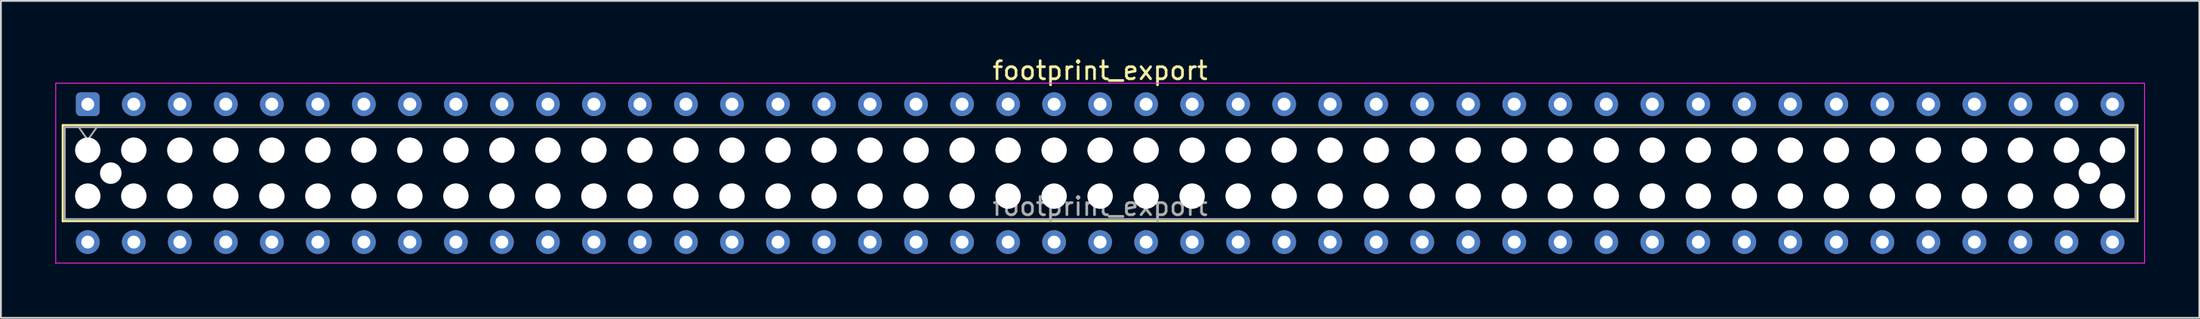
<source format=kicad_pcb>
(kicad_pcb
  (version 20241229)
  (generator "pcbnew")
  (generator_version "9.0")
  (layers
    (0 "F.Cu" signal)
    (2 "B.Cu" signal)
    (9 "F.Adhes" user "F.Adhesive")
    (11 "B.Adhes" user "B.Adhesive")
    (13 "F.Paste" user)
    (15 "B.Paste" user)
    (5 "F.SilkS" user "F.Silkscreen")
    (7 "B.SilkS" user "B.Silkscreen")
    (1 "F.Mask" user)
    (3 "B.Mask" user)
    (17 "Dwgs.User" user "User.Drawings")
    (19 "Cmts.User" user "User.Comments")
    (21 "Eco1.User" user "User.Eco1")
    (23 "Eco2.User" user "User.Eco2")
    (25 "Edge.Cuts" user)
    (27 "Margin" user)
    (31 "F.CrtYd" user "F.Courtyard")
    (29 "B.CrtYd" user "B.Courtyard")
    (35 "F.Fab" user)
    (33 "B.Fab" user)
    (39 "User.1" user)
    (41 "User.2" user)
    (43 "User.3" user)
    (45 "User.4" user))
  (footprint "footprint_export"
    (layer "F.Cu")
    (at 1.795 2.708)
    (property "Reference" "footprint_export" (at 55.88 -1.86 0) (layer "F.SilkS") (effects (font (size 1 1) (thickness 0.15))))
    (attr through_hole)
    (fp_line (start -1.38 1.16) (end 113.14 1.16) (stroke (width 0.12) (type solid)) (layer "F.SilkS"))
    (fp_line (start -1.38 6.46) (end -1.38 1.16) (stroke (width 0.12) (type solid)) (layer "F.SilkS"))
    (fp_line (start 113.14 1.16) (end 113.14 6.46) (stroke (width 0.12) (type solid)) (layer "F.SilkS"))
    (fp_line (start 113.14 6.46) (end -1.38 6.46) (stroke (width 0.12) (type solid)) (layer "F.SilkS"))
    (fp_line (start -1.77 -1.16) (end 113.53 -1.16) (stroke (width 0.05) (type solid)) (layer "F.CrtYd"))
    (fp_line (start -1.77 8.78) (end -1.77 -1.16) (stroke (width 0.05) (type solid)) (layer "F.CrtYd"))
    (fp_line (start 113.53 -1.16) (end 113.53 8.78) (stroke (width 0.05) (type solid)) (layer "F.CrtYd"))
    (fp_line (start 113.53 8.78) (end -1.77 8.78) (stroke (width 0.05) (type solid)) (layer "F.CrtYd"))
    (fp_line (start -1.27 1.27) (end 113.03 1.27) (stroke (width 0.1) (type solid)) (layer "F.Fab"))
    (fp_line (start -1.27 6.35) (end -1.27 1.27) (stroke (width 0.1) (type solid)) (layer "F.Fab"))
    (fp_line (start -0.5 1.27) (end 0 1.977) (stroke (width 0.1) (type solid)) (layer "F.Fab"))
    (fp_line (start 0 1.977) (end 0.5 1.27) (stroke (width 0.1) (type solid)) (layer "F.Fab"))
    (fp_line (start 113.03 1.27) (end 113.03 6.35) (stroke (width 0.1) (type solid)) (layer "F.Fab"))
    (fp_line (start 113.03 6.35) (end -1.27 6.35) (stroke (width 0.1) (type solid)) (layer "F.Fab"))
    (fp_text user "${REFERENCE}" (at 55.88 5.65 0) (layer "F.Fab") (effects (font (size 1 1) (thickness 0.15))))
    (pad "" np_thru_hole circle (at 0 2.54) (size 1.4 1.4) (drill 1.4) (layers "*.Cu" "*.Mask"))
    (pad "" np_thru_hole circle (at 0 5.08) (size 1.4 1.4) (drill 1.4) (layers "*.Cu" "*.Mask"))
    (pad "" np_thru_hole circle (at 1.27 3.81) (size 1.19 1.19) (drill 1.19) (layers "*.Cu" "*.Mask"))
    (pad "" np_thru_hole circle (at 2.54 2.54) (size 1.4 1.4) (drill 1.4) (layers "*.Cu" "*.Mask"))
    (pad "" np_thru_hole circle (at 2.54 5.08) (size 1.4 1.4) (drill 1.4) (layers "*.Cu" "*.Mask"))
    (pad "" np_thru_hole circle (at 5.08 2.54) (size 1.4 1.4) (drill 1.4) (layers "*.Cu" "*.Mask"))
    (pad "" np_thru_hole circle (at 5.08 5.08) (size 1.4 1.4) (drill 1.4) (layers "*.Cu" "*.Mask"))
    (pad "" np_thru_hole circle (at 7.62 2.54) (size 1.4 1.4) (drill 1.4) (layers "*.Cu" "*.Mask"))
    (pad "" np_thru_hole circle (at 7.62 5.08) (size 1.4 1.4) (drill 1.4) (layers "*.Cu" "*.Mask"))
    (pad "" np_thru_hole circle (at 10.16 2.54) (size 1.4 1.4) (drill 1.4) (layers "*.Cu" "*.Mask"))
    (pad "" np_thru_hole circle (at 10.16 5.08) (size 1.4 1.4) (drill 1.4) (layers "*.Cu" "*.Mask"))
    (pad "" np_thru_hole circle (at 12.7 2.54) (size 1.4 1.4) (drill 1.4) (layers "*.Cu" "*.Mask"))
    (pad "" np_thru_hole circle (at 12.7 5.08) (size 1.4 1.4) (drill 1.4) (layers "*.Cu" "*.Mask"))
    (pad "" np_thru_hole circle (at 15.24 2.54) (size 1.4 1.4) (drill 1.4) (layers "*.Cu" "*.Mask"))
    (pad "" np_thru_hole circle (at 15.24 5.08) (size 1.4 1.4) (drill 1.4) (layers "*.Cu" "*.Mask"))
    (pad "" np_thru_hole circle (at 17.78 2.54) (size 1.4 1.4) (drill 1.4) (layers "*.Cu" "*.Mask"))
    (pad "" np_thru_hole circle (at 17.78 5.08) (size 1.4 1.4) (drill 1.4) (layers "*.Cu" "*.Mask"))
    (pad "" np_thru_hole circle (at 20.32 2.54) (size 1.4 1.4) (drill 1.4) (layers "*.Cu" "*.Mask"))
    (pad "" np_thru_hole circle (at 20.32 5.08) (size 1.4 1.4) (drill 1.4) (layers "*.Cu" "*.Mask"))
    (pad "" np_thru_hole circle (at 22.86 2.54) (size 1.4 1.4) (drill 1.4) (layers "*.Cu" "*.Mask"))
    (pad "" np_thru_hole circle (at 22.86 5.08) (size 1.4 1.4) (drill 1.4) (layers "*.Cu" "*.Mask"))
    (pad "" np_thru_hole circle (at 25.4 2.54) (size 1.4 1.4) (drill 1.4) (layers "*.Cu" "*.Mask"))
    (pad "" np_thru_hole circle (at 25.4 5.08) (size 1.4 1.4) (drill 1.4) (layers "*.Cu" "*.Mask"))
    (pad "" np_thru_hole circle (at 27.94 2.54) (size 1.4 1.4) (drill 1.4) (layers "*.Cu" "*.Mask"))
    (pad "" np_thru_hole circle (at 27.94 5.08) (size 1.4 1.4) (drill 1.4) (layers "*.Cu" "*.Mask"))
    (pad "" np_thru_hole circle (at 30.48 2.54) (size 1.4 1.4) (drill 1.4) (layers "*.Cu" "*.Mask"))
    (pad "" np_thru_hole circle (at 30.48 5.08) (size 1.4 1.4) (drill 1.4) (layers "*.Cu" "*.Mask"))
    (pad "" np_thru_hole circle (at 33.02 2.54) (size 1.4 1.4) (drill 1.4) (layers "*.Cu" "*.Mask"))
    (pad "" np_thru_hole circle (at 33.02 5.08) (size 1.4 1.4) (drill 1.4) (layers "*.Cu" "*.Mask"))
    (pad "" np_thru_hole circle (at 35.56 2.54) (size 1.4 1.4) (drill 1.4) (layers "*.Cu" "*.Mask"))
    (pad "" np_thru_hole circle (at 35.56 5.08) (size 1.4 1.4) (drill 1.4) (layers "*.Cu" "*.Mask"))
    (pad "" np_thru_hole circle (at 38.1 2.54) (size 1.4 1.4) (drill 1.4) (layers "*.Cu" "*.Mask"))
    (pad "" np_thru_hole circle (at 38.1 5.08) (size 1.4 1.4) (drill 1.4) (layers "*.Cu" "*.Mask"))
    (pad "" np_thru_hole circle (at 40.64 2.54) (size 1.4 1.4) (drill 1.4) (layers "*.Cu" "*.Mask"))
    (pad "" np_thru_hole circle (at 40.64 5.08) (size 1.4 1.4) (drill 1.4) (layers "*.Cu" "*.Mask"))
    (pad "" np_thru_hole circle (at 43.18 2.54) (size 1.4 1.4) (drill 1.4) (layers "*.Cu" "*.Mask"))
    (pad "" np_thru_hole circle (at 43.18 5.08) (size 1.4 1.4) (drill 1.4) (layers "*.Cu" "*.Mask"))
    (pad "" np_thru_hole circle (at 45.72 2.54) (size 1.4 1.4) (drill 1.4) (layers "*.Cu" "*.Mask"))
    (pad "" np_thru_hole circle (at 45.72 5.08) (size 1.4 1.4) (drill 1.4) (layers "*.Cu" "*.Mask"))
    (pad "" np_thru_hole circle (at 48.26 2.54) (size 1.4 1.4) (drill 1.4) (layers "*.Cu" "*.Mask"))
    (pad "" np_thru_hole circle (at 48.26 5.08) (size 1.4 1.4) (drill 1.4) (layers "*.Cu" "*.Mask"))
    (pad "" np_thru_hole circle (at 50.8 2.54) (size 1.4 1.4) (drill 1.4) (layers "*.Cu" "*.Mask"))
    (pad "" np_thru_hole circle (at 50.8 5.08) (size 1.4 1.4) (drill 1.4) (layers "*.Cu" "*.Mask"))
    (pad "" np_thru_hole circle (at 53.34 2.54) (size 1.4 1.4) (drill 1.4) (layers "*.Cu" "*.Mask"))
    (pad "" np_thru_hole circle (at 53.34 5.08) (size 1.4 1.4) (drill 1.4) (layers "*.Cu" "*.Mask"))
    (pad "" np_thru_hole circle (at 55.88 2.54) (size 1.4 1.4) (drill 1.4) (layers "*.Cu" "*.Mask"))
    (pad "" np_thru_hole circle (at 55.88 5.08) (size 1.4 1.4) (drill 1.4) (layers "*.Cu" "*.Mask"))
    (pad "" np_thru_hole circle (at 58.42 2.54) (size 1.4 1.4) (drill 1.4) (layers "*.Cu" "*.Mask"))
    (pad "" np_thru_hole circle (at 58.42 5.08) (size 1.4 1.4) (drill 1.4) (layers "*.Cu" "*.Mask"))
    (pad "" np_thru_hole circle (at 60.96 2.54) (size 1.4 1.4) (drill 1.4) (layers "*.Cu" "*.Mask"))
    (pad "" np_thru_hole circle (at 60.96 5.08) (size 1.4 1.4) (drill 1.4) (layers "*.Cu" "*.Mask"))
    (pad "" np_thru_hole circle (at 63.5 2.54) (size 1.4 1.4) (drill 1.4) (layers "*.Cu" "*.Mask"))
    (pad "" np_thru_hole circle (at 63.5 5.08) (size 1.4 1.4) (drill 1.4) (layers "*.Cu" "*.Mask"))
    (pad "" np_thru_hole circle (at 66.04 2.54) (size 1.4 1.4) (drill 1.4) (layers "*.Cu" "*.Mask"))
    (pad "" np_thru_hole circle (at 66.04 5.08) (size 1.4 1.4) (drill 1.4) (layers "*.Cu" "*.Mask"))
    (pad "" np_thru_hole circle (at 68.58 2.54) (size 1.4 1.4) (drill 1.4) (layers "*.Cu" "*.Mask"))
    (pad "" np_thru_hole circle (at 68.58 5.08) (size 1.4 1.4) (drill 1.4) (layers "*.Cu" "*.Mask"))
    (pad "" np_thru_hole circle (at 71.12 2.54) (size 1.4 1.4) (drill 1.4) (layers "*.Cu" "*.Mask"))
    (pad "" np_thru_hole circle (at 71.12 5.08) (size 1.4 1.4) (drill 1.4) (layers "*.Cu" "*.Mask"))
    (pad "" np_thru_hole circle (at 73.66 2.54) (size 1.4 1.4) (drill 1.4) (layers "*.Cu" "*.Mask"))
    (pad "" np_thru_hole circle (at 73.66 5.08) (size 1.4 1.4) (drill 1.4) (layers "*.Cu" "*.Mask"))
    (pad "" np_thru_hole circle (at 76.2 2.54) (size 1.4 1.4) (drill 1.4) (layers "*.Cu" "*.Mask"))
    (pad "" np_thru_hole circle (at 76.2 5.08) (size 1.4 1.4) (drill 1.4) (layers "*.Cu" "*.Mask"))
    (pad "" np_thru_hole circle (at 78.74 2.54) (size 1.4 1.4) (drill 1.4) (layers "*.Cu" "*.Mask"))
    (pad "" np_thru_hole circle (at 78.74 5.08) (size 1.4 1.4) (drill 1.4) (layers "*.Cu" "*.Mask"))
    (pad "" np_thru_hole circle (at 81.28 2.54) (size 1.4 1.4) (drill 1.4) (layers "*.Cu" "*.Mask"))
    (pad "" np_thru_hole circle (at 81.28 5.08) (size 1.4 1.4) (drill 1.4) (layers "*.Cu" "*.Mask"))
    (pad "" np_thru_hole circle (at 83.82 2.54) (size 1.4 1.4) (drill 1.4) (layers "*.Cu" "*.Mask"))
    (pad "" np_thru_hole circle (at 83.82 5.08) (size 1.4 1.4) (drill 1.4) (layers "*.Cu" "*.Mask"))
    (pad "" np_thru_hole circle (at 86.36 2.54) (size 1.4 1.4) (drill 1.4) (layers "*.Cu" "*.Mask"))
    (pad "" np_thru_hole circle (at 86.36 5.08) (size 1.4 1.4) (drill 1.4) (layers "*.Cu" "*.Mask"))
    (pad "" np_thru_hole circle (at 88.9 2.54) (size 1.4 1.4) (drill 1.4) (layers "*.Cu" "*.Mask"))
    (pad "" np_thru_hole circle (at 88.9 5.08) (size 1.4 1.4) (drill 1.4) (layers "*.Cu" "*.Mask"))
    (pad "" np_thru_hole circle (at 91.44 2.54) (size 1.4 1.4) (drill 1.4) (layers "*.Cu" "*.Mask"))
    (pad "" np_thru_hole circle (at 91.44 5.08) (size 1.4 1.4) (drill 1.4) (layers "*.Cu" "*.Mask"))
    (pad "" np_thru_hole circle (at 93.98 2.54) (size 1.4 1.4) (drill 1.4) (layers "*.Cu" "*.Mask"))
    (pad "" np_thru_hole circle (at 93.98 5.08) (size 1.4 1.4) (drill 1.4) (layers "*.Cu" "*.Mask"))
    (pad "" np_thru_hole circle (at 96.52 2.54) (size 1.4 1.4) (drill 1.4) (layers "*.Cu" "*.Mask"))
    (pad "" np_thru_hole circle (at 96.52 5.08) (size 1.4 1.4) (drill 1.4) (layers "*.Cu" "*.Mask"))
    (pad "" np_thru_hole circle (at 99.06 2.54) (size 1.4 1.4) (drill 1.4) (layers "*.Cu" "*.Mask"))
    (pad "" np_thru_hole circle (at 99.06 5.08) (size 1.4 1.4) (drill 1.4) (layers "*.Cu" "*.Mask"))
    (pad "" np_thru_hole circle (at 101.6 2.54) (size 1.4 1.4) (drill 1.4) (layers "*.Cu" "*.Mask"))
    (pad "" np_thru_hole circle (at 101.6 5.08) (size 1.4 1.4) (drill 1.4) (layers "*.Cu" "*.Mask"))
    (pad "" np_thru_hole circle (at 104.14 2.54) (size 1.4 1.4) (drill 1.4) (layers "*.Cu" "*.Mask"))
    (pad "" np_thru_hole circle (at 104.14 5.08) (size 1.4 1.4) (drill 1.4) (layers "*.Cu" "*.Mask"))
    (pad "" np_thru_hole circle (at 106.68 2.54) (size 1.4 1.4) (drill 1.4) (layers "*.Cu" "*.Mask"))
    (pad "" np_thru_hole circle (at 106.68 5.08) (size 1.4 1.4) (drill 1.4) (layers "*.Cu" "*.Mask"))
    (pad "" np_thru_hole circle (at 109.22 2.54) (size 1.4 1.4) (drill 1.4) (layers "*.Cu" "*.Mask"))
    (pad "" np_thru_hole circle (at 109.22 5.08) (size 1.4 1.4) (drill 1.4) (layers "*.Cu" "*.Mask"))
    (pad "" np_thru_hole circle (at 110.49 3.81) (size 1.19 1.19) (drill 1.19) (layers "*.Cu" "*.Mask"))
    (pad "" np_thru_hole circle (at 111.76 2.54) (size 1.4 1.4) (drill 1.4) (layers "*.Cu" "*.Mask"))
    (pad "" np_thru_hole circle (at 111.76 5.08) (size 1.4 1.4) (drill 1.4) (layers "*.Cu" "*.Mask"))
    (pad "1" thru_hole roundrect (at 0 0) (size 1.31 1.31) (drill 0.71) (layers "*.Cu" "*.Mask") (roundrect_rratio 0.191))
    (pad "2" thru_hole circle (at 0 7.62) (size 1.31 1.31) (drill 0.71) (layers "*.Cu" "*.Mask"))
    (pad "3" thru_hole circle (at 2.54 0) (size 1.31 1.31) (drill 0.71) (layers "*.Cu" "*.Mask"))
    (pad "4" thru_hole circle (at 2.54 7.62) (size 1.31 1.31) (drill 0.71) (layers "*.Cu" "*.Mask"))
    (pad "5" thru_hole circle (at 5.08 0) (size 1.31 1.31) (drill 0.71) (layers "*.Cu" "*.Mask"))
    (pad "6" thru_hole circle (at 5.08 7.62) (size 1.31 1.31) (drill 0.71) (layers "*.Cu" "*.Mask"))
    (pad "7" thru_hole circle (at 7.62 0) (size 1.31 1.31) (drill 0.71) (layers "*.Cu" "*.Mask"))
    (pad "8" thru_hole circle (at 7.62 7.62) (size 1.31 1.31) (drill 0.71) (layers "*.Cu" "*.Mask"))
    (pad "9" thru_hole circle (at 10.16 0) (size 1.31 1.31) (drill 0.71) (layers "*.Cu" "*.Mask"))
    (pad "10" thru_hole circle (at 10.16 7.62) (size 1.31 1.31) (drill 0.71) (layers "*.Cu" "*.Mask"))
    (pad "11" thru_hole circle (at 12.7 0) (size 1.31 1.31) (drill 0.71) (layers "*.Cu" "*.Mask"))
    (pad "12" thru_hole circle (at 12.7 7.62) (size 1.31 1.31) (drill 0.71) (layers "*.Cu" "*.Mask"))
    (pad "13" thru_hole circle (at 15.24 0) (size 1.31 1.31) (drill 0.71) (layers "*.Cu" "*.Mask"))
    (pad "14" thru_hole circle (at 15.24 7.62) (size 1.31 1.31) (drill 0.71) (layers "*.Cu" "*.Mask"))
    (pad "15" thru_hole circle (at 17.78 0) (size 1.31 1.31) (drill 0.71) (layers "*.Cu" "*.Mask"))
    (pad "16" thru_hole circle (at 17.78 7.62) (size 1.31 1.31) (drill 0.71) (layers "*.Cu" "*.Mask"))
    (pad "17" thru_hole circle (at 20.32 0) (size 1.31 1.31) (drill 0.71) (layers "*.Cu" "*.Mask"))
    (pad "18" thru_hole circle (at 20.32 7.62) (size 1.31 1.31) (drill 0.71) (layers "*.Cu" "*.Mask"))
    (pad "19" thru_hole circle (at 22.86 0) (size 1.31 1.31) (drill 0.71) (layers "*.Cu" "*.Mask"))
    (pad "20" thru_hole circle (at 22.86 7.62) (size 1.31 1.31) (drill 0.71) (layers "*.Cu" "*.Mask"))
    (pad "21" thru_hole circle (at 25.4 0) (size 1.31 1.31) (drill 0.71) (layers "*.Cu" "*.Mask"))
    (pad "22" thru_hole circle (at 25.4 7.62) (size 1.31 1.31) (drill 0.71) (layers "*.Cu" "*.Mask"))
    (pad "23" thru_hole circle (at 27.94 0) (size 1.31 1.31) (drill 0.71) (layers "*.Cu" "*.Mask"))
    (pad "24" thru_hole circle (at 27.94 7.62) (size 1.31 1.31) (drill 0.71) (layers "*.Cu" "*.Mask"))
    (pad "25" thru_hole circle (at 30.48 0) (size 1.31 1.31) (drill 0.71) (layers "*.Cu" "*.Mask"))
    (pad "26" thru_hole circle (at 30.48 7.62) (size 1.31 1.31) (drill 0.71) (layers "*.Cu" "*.Mask"))
    (pad "27" thru_hole circle (at 33.02 0) (size 1.31 1.31) (drill 0.71) (layers "*.Cu" "*.Mask"))
    (pad "28" thru_hole circle (at 33.02 7.62) (size 1.31 1.31) (drill 0.71) (layers "*.Cu" "*.Mask"))
    (pad "29" thru_hole circle (at 35.56 0) (size 1.31 1.31) (drill 0.71) (layers "*.Cu" "*.Mask"))
    (pad "30" thru_hole circle (at 35.56 7.62) (size 1.31 1.31) (drill 0.71) (layers "*.Cu" "*.Mask"))
    (pad "31" thru_hole circle (at 38.1 0) (size 1.31 1.31) (drill 0.71) (layers "*.Cu" "*.Mask"))
    (pad "32" thru_hole circle (at 38.1 7.62) (size 1.31 1.31) (drill 0.71) (layers "*.Cu" "*.Mask"))
    (pad "33" thru_hole circle (at 40.64 0) (size 1.31 1.31) (drill 0.71) (layers "*.Cu" "*.Mask"))
    (pad "34" thru_hole circle (at 40.64 7.62) (size 1.31 1.31) (drill 0.71) (layers "*.Cu" "*.Mask"))
    (pad "35" thru_hole circle (at 43.18 0) (size 1.31 1.31) (drill 0.71) (layers "*.Cu" "*.Mask"))
    (pad "36" thru_hole circle (at 43.18 7.62) (size 1.31 1.31) (drill 0.71) (layers "*.Cu" "*.Mask"))
    (pad "37" thru_hole circle (at 45.72 0) (size 1.31 1.31) (drill 0.71) (layers "*.Cu" "*.Mask"))
    (pad "38" thru_hole circle (at 45.72 7.62) (size 1.31 1.31) (drill 0.71) (layers "*.Cu" "*.Mask"))
    (pad "39" thru_hole circle (at 48.26 0) (size 1.31 1.31) (drill 0.71) (layers "*.Cu" "*.Mask"))
    (pad "40" thru_hole circle (at 48.26 7.62) (size 1.31 1.31) (drill 0.71) (layers "*.Cu" "*.Mask"))
    (pad "41" thru_hole circle (at 50.8 0) (size 1.31 1.31) (drill 0.71) (layers "*.Cu" "*.Mask"))
    (pad "42" thru_hole circle (at 50.8 7.62) (size 1.31 1.31) (drill 0.71) (layers "*.Cu" "*.Mask"))
    (pad "43" thru_hole circle (at 53.34 0) (size 1.31 1.31) (drill 0.71) (layers "*.Cu" "*.Mask"))
    (pad "44" thru_hole circle (at 53.34 7.62) (size 1.31 1.31) (drill 0.71) (layers "*.Cu" "*.Mask"))
    (pad "45" thru_hole circle (at 55.88 0) (size 1.31 1.31) (drill 0.71) (layers "*.Cu" "*.Mask"))
    (pad "46" thru_hole circle (at 55.88 7.62) (size 1.31 1.31) (drill 0.71) (layers "*.Cu" "*.Mask"))
    (pad "47" thru_hole circle (at 58.42 0) (size 1.31 1.31) (drill 0.71) (layers "*.Cu" "*.Mask"))
    (pad "48" thru_hole circle (at 58.42 7.62) (size 1.31 1.31) (drill 0.71) (layers "*.Cu" "*.Mask"))
    (pad "49" thru_hole circle (at 60.96 0) (size 1.31 1.31) (drill 0.71) (layers "*.Cu" "*.Mask"))
    (pad "50" thru_hole circle (at 60.96 7.62) (size 1.31 1.31) (drill 0.71) (layers "*.Cu" "*.Mask"))
    (pad "51" thru_hole circle (at 63.5 0) (size 1.31 1.31) (drill 0.71) (layers "*.Cu" "*.Mask"))
    (pad "52" thru_hole circle (at 63.5 7.62) (size 1.31 1.31) (drill 0.71) (layers "*.Cu" "*.Mask"))
    (pad "53" thru_hole circle (at 66.04 0) (size 1.31 1.31) (drill 0.71) (layers "*.Cu" "*.Mask"))
    (pad "54" thru_hole circle (at 66.04 7.62) (size 1.31 1.31) (drill 0.71) (layers "*.Cu" "*.Mask"))
    (pad "55" thru_hole circle (at 68.58 0) (size 1.31 1.31) (drill 0.71) (layers "*.Cu" "*.Mask"))
    (pad "56" thru_hole circle (at 68.58 7.62) (size 1.31 1.31) (drill 0.71) (layers "*.Cu" "*.Mask"))
    (pad "57" thru_hole circle (at 71.12 0) (size 1.31 1.31) (drill 0.71) (layers "*.Cu" "*.Mask"))
    (pad "58" thru_hole circle (at 71.12 7.62) (size 1.31 1.31) (drill 0.71) (layers "*.Cu" "*.Mask"))
    (pad "59" thru_hole circle (at 73.66 0) (size 1.31 1.31) (drill 0.71) (layers "*.Cu" "*.Mask"))
    (pad "60" thru_hole circle (at 73.66 7.62) (size 1.31 1.31) (drill 0.71) (layers "*.Cu" "*.Mask"))
    (pad "61" thru_hole circle (at 76.2 0) (size 1.31 1.31) (drill 0.71) (layers "*.Cu" "*.Mask"))
    (pad "62" thru_hole circle (at 76.2 7.62) (size 1.31 1.31) (drill 0.71) (layers "*.Cu" "*.Mask"))
    (pad "63" thru_hole circle (at 78.74 0) (size 1.31 1.31) (drill 0.71) (layers "*.Cu" "*.Mask"))
    (pad "64" thru_hole circle (at 78.74 7.62) (size 1.31 1.31) (drill 0.71) (layers "*.Cu" "*.Mask"))
    (pad "65" thru_hole circle (at 81.28 0) (size 1.31 1.31) (drill 0.71) (layers "*.Cu" "*.Mask"))
    (pad "66" thru_hole circle (at 81.28 7.62) (size 1.31 1.31) (drill 0.71) (layers "*.Cu" "*.Mask"))
    (pad "67" thru_hole circle (at 83.82 0) (size 1.31 1.31) (drill 0.71) (layers "*.Cu" "*.Mask"))
    (pad "68" thru_hole circle (at 83.82 7.62) (size 1.31 1.31) (drill 0.71) (layers "*.Cu" "*.Mask"))
    (pad "69" thru_hole circle (at 86.36 0) (size 1.31 1.31) (drill 0.71) (layers "*.Cu" "*.Mask"))
    (pad "70" thru_hole circle (at 86.36 7.62) (size 1.31 1.31) (drill 0.71) (layers "*.Cu" "*.Mask"))
    (pad "71" thru_hole circle (at 88.9 0) (size 1.31 1.31) (drill 0.71) (layers "*.Cu" "*.Mask"))
    (pad "72" thru_hole circle (at 88.9 7.62) (size 1.31 1.31) (drill 0.71) (layers "*.Cu" "*.Mask"))
    (pad "73" thru_hole circle (at 91.44 0) (size 1.31 1.31) (drill 0.71) (layers "*.Cu" "*.Mask"))
    (pad "74" thru_hole circle (at 91.44 7.62) (size 1.31 1.31) (drill 0.71) (layers "*.Cu" "*.Mask"))
    (pad "75" thru_hole circle (at 93.98 0) (size 1.31 1.31) (drill 0.71) (layers "*.Cu" "*.Mask"))
    (pad "76" thru_hole circle (at 93.98 7.62) (size 1.31 1.31) (drill 0.71) (layers "*.Cu" "*.Mask"))
    (pad "77" thru_hole circle (at 96.52 0) (size 1.31 1.31) (drill 0.71) (layers "*.Cu" "*.Mask"))
    (pad "78" thru_hole circle (at 96.52 7.62) (size 1.31 1.31) (drill 0.71) (layers "*.Cu" "*.Mask"))
    (pad "79" thru_hole circle (at 99.06 0) (size 1.31 1.31) (drill 0.71) (layers "*.Cu" "*.Mask"))
    (pad "80" thru_hole circle (at 99.06 7.62) (size 1.31 1.31) (drill 0.71) (layers "*.Cu" "*.Mask"))
    (pad "81" thru_hole circle (at 101.6 0) (size 1.31 1.31) (drill 0.71) (layers "*.Cu" "*.Mask"))
    (pad "82" thru_hole circle (at 101.6 7.62) (size 1.31 1.31) (drill 0.71) (layers "*.Cu" "*.Mask"))
    (pad "83" thru_hole circle (at 104.14 0) (size 1.31 1.31) (drill 0.71) (layers "*.Cu" "*.Mask"))
    (pad "84" thru_hole circle (at 104.14 7.62) (size 1.31 1.31) (drill 0.71) (layers "*.Cu" "*.Mask"))
    (pad "85" thru_hole circle (at 106.68 0) (size 1.31 1.31) (drill 0.71) (layers "*.Cu" "*.Mask"))
    (pad "86" thru_hole circle (at 106.68 7.62) (size 1.31 1.31) (drill 0.71) (layers "*.Cu" "*.Mask"))
    (pad "87" thru_hole circle (at 109.22 0) (size 1.31 1.31) (drill 0.71) (layers "*.Cu" "*.Mask"))
    (pad "88" thru_hole circle (at 109.22 7.62) (size 1.31 1.31) (drill 0.71) (layers "*.Cu" "*.Mask"))
    (pad "89" thru_hole circle (at 111.76 0) (size 1.31 1.31) (drill 0.71) (layers "*.Cu" "*.Mask"))
    (pad "90" thru_hole circle (at 111.76 7.62) (size 1.31 1.31) (drill 0.71) (layers "*.Cu" "*.Mask")))
  (gr_rect
    (start -3 -3)
    (end 118.35 14.513)
    (stroke (width 0.1) (type default))
    (fill no)
    (layer "Edge.Cuts")))
</source>
